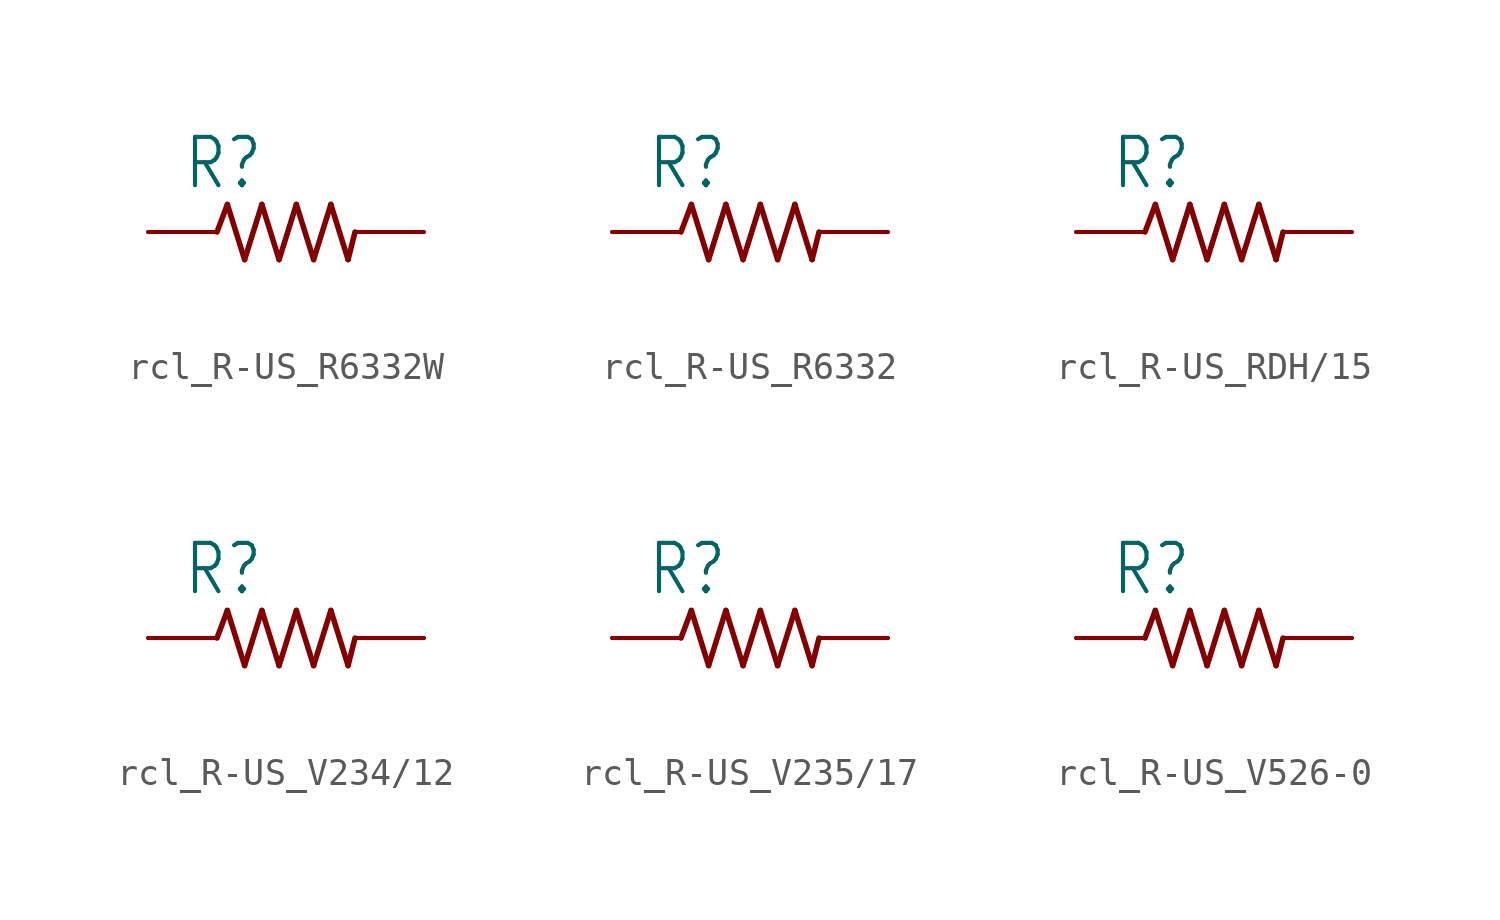
<source format=kicad_sym>
(kicad_symbol_lib
  (version 20231120)
  (generator "kicad_symbol_editor")
  (generator_version "8.0")
  (symbol "rcl_R-US_R6332W"
    (property "Reference" "R"
      (at -3.81 1.499 0)
      (effects (font (size 1.778 1.511)) (justify left bottom)))
    (property "Value" ""
      (at -3.81 -3.302 0)
      (effects (font (size 1.778 1.511)) (justify left bottom)))
    (property "ki_locked" ""
      (at 0 0 0)
      (effects (font (size 1.27 1.27))))
    (symbol "rcl_R-US_R6332W_1_0"
      (polyline (pts (xy -2.54 0) (xy -2.159 1.016)) (stroke (width 0.203) (type solid)) (fill (type none)))
      (polyline (pts (xy -2.159 1.016) (xy -1.524 -1.016)) (stroke (width 0.203) (type solid)) (fill (type none)))
      (polyline (pts (xy -1.524 -1.016) (xy -0.889 1.016)) (stroke (width 0.203) (type solid)) (fill (type none)))
      (polyline (pts (xy -0.889 1.016) (xy -0.254 -1.016)) (stroke (width 0.203) (type solid)) (fill (type none)))
      (polyline (pts (xy -0.254 -1.016) (xy 0.381 1.016)) (stroke (width 0.203) (type solid)) (fill (type none)))
      (polyline (pts (xy 0.381 1.016) (xy 1.016 -1.016)) (stroke (width 0.203) (type solid)) (fill (type none)))
      (polyline (pts (xy 1.016 -1.016) (xy 1.651 1.016)) (stroke (width 0.203) (type solid)) (fill (type none)))
      (polyline (pts (xy 1.651 1.016) (xy 2.286 -1.016)) (stroke (width 0.203) (type solid)) (fill (type none)))
      (polyline (pts (xy 2.286 -1.016) (xy 2.54 0)) (stroke (width 0.203) (type solid)) (fill (type none)))
      (pin passive line (at -5.08 0 0) (length 2.54) (name "1" (effects (font (size 0 0)))) (number "1" (effects (font (size 0 0)))))
      (pin passive line (at 5.08 0 180) (length 2.54) (name "2" (effects (font (size 0 0)))) (number "2" (effects (font (size 0 0)))))))
  (symbol "rcl_R-US_R6332"
    (property "Reference" "R"
      (at -3.81 1.499 0)
      (effects (font (size 1.778 1.511)) (justify left bottom)))
    (property "Value" ""
      (at -3.81 -3.302 0)
      (effects (font (size 1.778 1.511)) (justify left bottom)))
    (property "ki_locked" ""
      (at 0 0 0)
      (effects (font (size 1.27 1.27))))
    (symbol "rcl_R-US_R6332_1_0"
      (polyline (pts (xy -2.54 0) (xy -2.159 1.016)) (stroke (width 0.203) (type solid)) (fill (type none)))
      (polyline (pts (xy -2.159 1.016) (xy -1.524 -1.016)) (stroke (width 0.203) (type solid)) (fill (type none)))
      (polyline (pts (xy -1.524 -1.016) (xy -0.889 1.016)) (stroke (width 0.203) (type solid)) (fill (type none)))
      (polyline (pts (xy -0.889 1.016) (xy -0.254 -1.016)) (stroke (width 0.203) (type solid)) (fill (type none)))
      (polyline (pts (xy -0.254 -1.016) (xy 0.381 1.016)) (stroke (width 0.203) (type solid)) (fill (type none)))
      (polyline (pts (xy 0.381 1.016) (xy 1.016 -1.016)) (stroke (width 0.203) (type solid)) (fill (type none)))
      (polyline (pts (xy 1.016 -1.016) (xy 1.651 1.016)) (stroke (width 0.203) (type solid)) (fill (type none)))
      (polyline (pts (xy 1.651 1.016) (xy 2.286 -1.016)) (stroke (width 0.203) (type solid)) (fill (type none)))
      (polyline (pts (xy 2.286 -1.016) (xy 2.54 0)) (stroke (width 0.203) (type solid)) (fill (type none)))
      (pin passive line (at -5.08 0 0) (length 2.54) (name "1" (effects (font (size 0 0)))) (number "1" (effects (font (size 0 0)))))
      (pin passive line (at 5.08 0 180) (length 2.54) (name "2" (effects (font (size 0 0)))) (number "2" (effects (font (size 0 0)))))))
  (symbol "rcl_R-US_RDH/15"
    (property "Reference" "R"
      (at -3.81 1.499 0)
      (effects (font (size 1.778 1.511)) (justify left bottom)))
    (property "Value" ""
      (at -3.81 -3.302 0)
      (effects (font (size 1.778 1.511)) (justify left bottom)))
    (property "ki_locked" ""
      (at 0 0 0)
      (effects (font (size 1.27 1.27))))
    (symbol "rcl_R-US_RDH/15_1_0"
      (polyline (pts (xy -2.54 0) (xy -2.159 1.016)) (stroke (width 0.203) (type solid)) (fill (type none)))
      (polyline (pts (xy -2.159 1.016) (xy -1.524 -1.016)) (stroke (width 0.203) (type solid)) (fill (type none)))
      (polyline (pts (xy -1.524 -1.016) (xy -0.889 1.016)) (stroke (width 0.203) (type solid)) (fill (type none)))
      (polyline (pts (xy -0.889 1.016) (xy -0.254 -1.016)) (stroke (width 0.203) (type solid)) (fill (type none)))
      (polyline (pts (xy -0.254 -1.016) (xy 0.381 1.016)) (stroke (width 0.203) (type solid)) (fill (type none)))
      (polyline (pts (xy 0.381 1.016) (xy 1.016 -1.016)) (stroke (width 0.203) (type solid)) (fill (type none)))
      (polyline (pts (xy 1.016 -1.016) (xy 1.651 1.016)) (stroke (width 0.203) (type solid)) (fill (type none)))
      (polyline (pts (xy 1.651 1.016) (xy 2.286 -1.016)) (stroke (width 0.203) (type solid)) (fill (type none)))
      (polyline (pts (xy 2.286 -1.016) (xy 2.54 0)) (stroke (width 0.203) (type solid)) (fill (type none)))
      (pin passive line (at -5.08 0 0) (length 2.54) (name "1" (effects (font (size 0 0)))) (number "1" (effects (font (size 0 0)))))
      (pin passive line (at 5.08 0 180) (length 2.54) (name "2" (effects (font (size 0 0)))) (number "2" (effects (font (size 0 0)))))))
  (symbol "rcl_R-US_V234/12"
    (property "Reference" "R"
      (at -3.81 1.499 0)
      (effects (font (size 1.778 1.511)) (justify left bottom)))
    (property "Value" ""
      (at -3.81 -3.302 0)
      (effects (font (size 1.778 1.511)) (justify left bottom)))
    (property "ki_locked" ""
      (at 0 0 0)
      (effects (font (size 1.27 1.27))))
    (symbol "rcl_R-US_V234/12_1_0"
      (polyline (pts (xy -2.54 0) (xy -2.159 1.016)) (stroke (width 0.203) (type solid)) (fill (type none)))
      (polyline (pts (xy -2.159 1.016) (xy -1.524 -1.016)) (stroke (width 0.203) (type solid)) (fill (type none)))
      (polyline (pts (xy -1.524 -1.016) (xy -0.889 1.016)) (stroke (width 0.203) (type solid)) (fill (type none)))
      (polyline (pts (xy -0.889 1.016) (xy -0.254 -1.016)) (stroke (width 0.203) (type solid)) (fill (type none)))
      (polyline (pts (xy -0.254 -1.016) (xy 0.381 1.016)) (stroke (width 0.203) (type solid)) (fill (type none)))
      (polyline (pts (xy 0.381 1.016) (xy 1.016 -1.016)) (stroke (width 0.203) (type solid)) (fill (type none)))
      (polyline (pts (xy 1.016 -1.016) (xy 1.651 1.016)) (stroke (width 0.203) (type solid)) (fill (type none)))
      (polyline (pts (xy 1.651 1.016) (xy 2.286 -1.016)) (stroke (width 0.203) (type solid)) (fill (type none)))
      (polyline (pts (xy 2.286 -1.016) (xy 2.54 0)) (stroke (width 0.203) (type solid)) (fill (type none)))
      (pin passive line (at -5.08 0 0) (length 2.54) (name "1" (effects (font (size 0 0)))) (number "1" (effects (font (size 0 0)))))
      (pin passive line (at 5.08 0 180) (length 2.54) (name "2" (effects (font (size 0 0)))) (number "2" (effects (font (size 0 0)))))))
  (symbol "rcl_R-US_V235/17"
    (property "Reference" "R"
      (at -3.81 1.499 0)
      (effects (font (size 1.778 1.511)) (justify left bottom)))
    (property "Value" ""
      (at -3.81 -3.302 0)
      (effects (font (size 1.778 1.511)) (justify left bottom)))
    (property "ki_locked" ""
      (at 0 0 0)
      (effects (font (size 1.27 1.27))))
    (symbol "rcl_R-US_V235/17_1_0"
      (polyline (pts (xy -2.54 0) (xy -2.159 1.016)) (stroke (width 0.203) (type solid)) (fill (type none)))
      (polyline (pts (xy -2.159 1.016) (xy -1.524 -1.016)) (stroke (width 0.203) (type solid)) (fill (type none)))
      (polyline (pts (xy -1.524 -1.016) (xy -0.889 1.016)) (stroke (width 0.203) (type solid)) (fill (type none)))
      (polyline (pts (xy -0.889 1.016) (xy -0.254 -1.016)) (stroke (width 0.203) (type solid)) (fill (type none)))
      (polyline (pts (xy -0.254 -1.016) (xy 0.381 1.016)) (stroke (width 0.203) (type solid)) (fill (type none)))
      (polyline (pts (xy 0.381 1.016) (xy 1.016 -1.016)) (stroke (width 0.203) (type solid)) (fill (type none)))
      (polyline (pts (xy 1.016 -1.016) (xy 1.651 1.016)) (stroke (width 0.203) (type solid)) (fill (type none)))
      (polyline (pts (xy 1.651 1.016) (xy 2.286 -1.016)) (stroke (width 0.203) (type solid)) (fill (type none)))
      (polyline (pts (xy 2.286 -1.016) (xy 2.54 0)) (stroke (width 0.203) (type solid)) (fill (type none)))
      (pin passive line (at -5.08 0 0) (length 2.54) (name "1" (effects (font (size 0 0)))) (number "1" (effects (font (size 0 0)))))
      (pin passive line (at 5.08 0 180) (length 2.54) (name "2" (effects (font (size 0 0)))) (number "2" (effects (font (size 0 0)))))))
  (symbol "rcl_R-US_V526-0"
    (property "Reference" "R"
      (at -3.81 1.499 0)
      (effects (font (size 1.778 1.511)) (justify left bottom)))
    (property "Value" ""
      (at -3.81 -3.302 0)
      (effects (font (size 1.778 1.511)) (justify left bottom)))
    (property "ki_locked" ""
      (at 0 0 0)
      (effects (font (size 1.27 1.27))))
    (symbol "rcl_R-US_V526-0_1_0"
      (polyline (pts (xy -2.54 0) (xy -2.159 1.016)) (stroke (width 0.203) (type solid)) (fill (type none)))
      (polyline (pts (xy -2.159 1.016) (xy -1.524 -1.016)) (stroke (width 0.203) (type solid)) (fill (type none)))
      (polyline (pts (xy -1.524 -1.016) (xy -0.889 1.016)) (stroke (width 0.203) (type solid)) (fill (type none)))
      (polyline (pts (xy -0.889 1.016) (xy -0.254 -1.016)) (stroke (width 0.203) (type solid)) (fill (type none)))
      (polyline (pts (xy -0.254 -1.016) (xy 0.381 1.016)) (stroke (width 0.203) (type solid)) (fill (type none)))
      (polyline (pts (xy 0.381 1.016) (xy 1.016 -1.016)) (stroke (width 0.203) (type solid)) (fill (type none)))
      (polyline (pts (xy 1.016 -1.016) (xy 1.651 1.016)) (stroke (width 0.203) (type solid)) (fill (type none)))
      (polyline (pts (xy 1.651 1.016) (xy 2.286 -1.016)) (stroke (width 0.203) (type solid)) (fill (type none)))
      (polyline (pts (xy 2.286 -1.016) (xy 2.54 0)) (stroke (width 0.203) (type solid)) (fill (type none)))
      (pin passive line (at -5.08 0 0) (length 2.54) (name "1" (effects (font (size 0 0)))) (number "1" (effects (font (size 0 0)))))
      (pin passive line (at 5.08 0 180) (length 2.54) (name "2" (effects (font (size 0 0)))) (number "2" (effects (font (size 0 0))))))))
</source>
